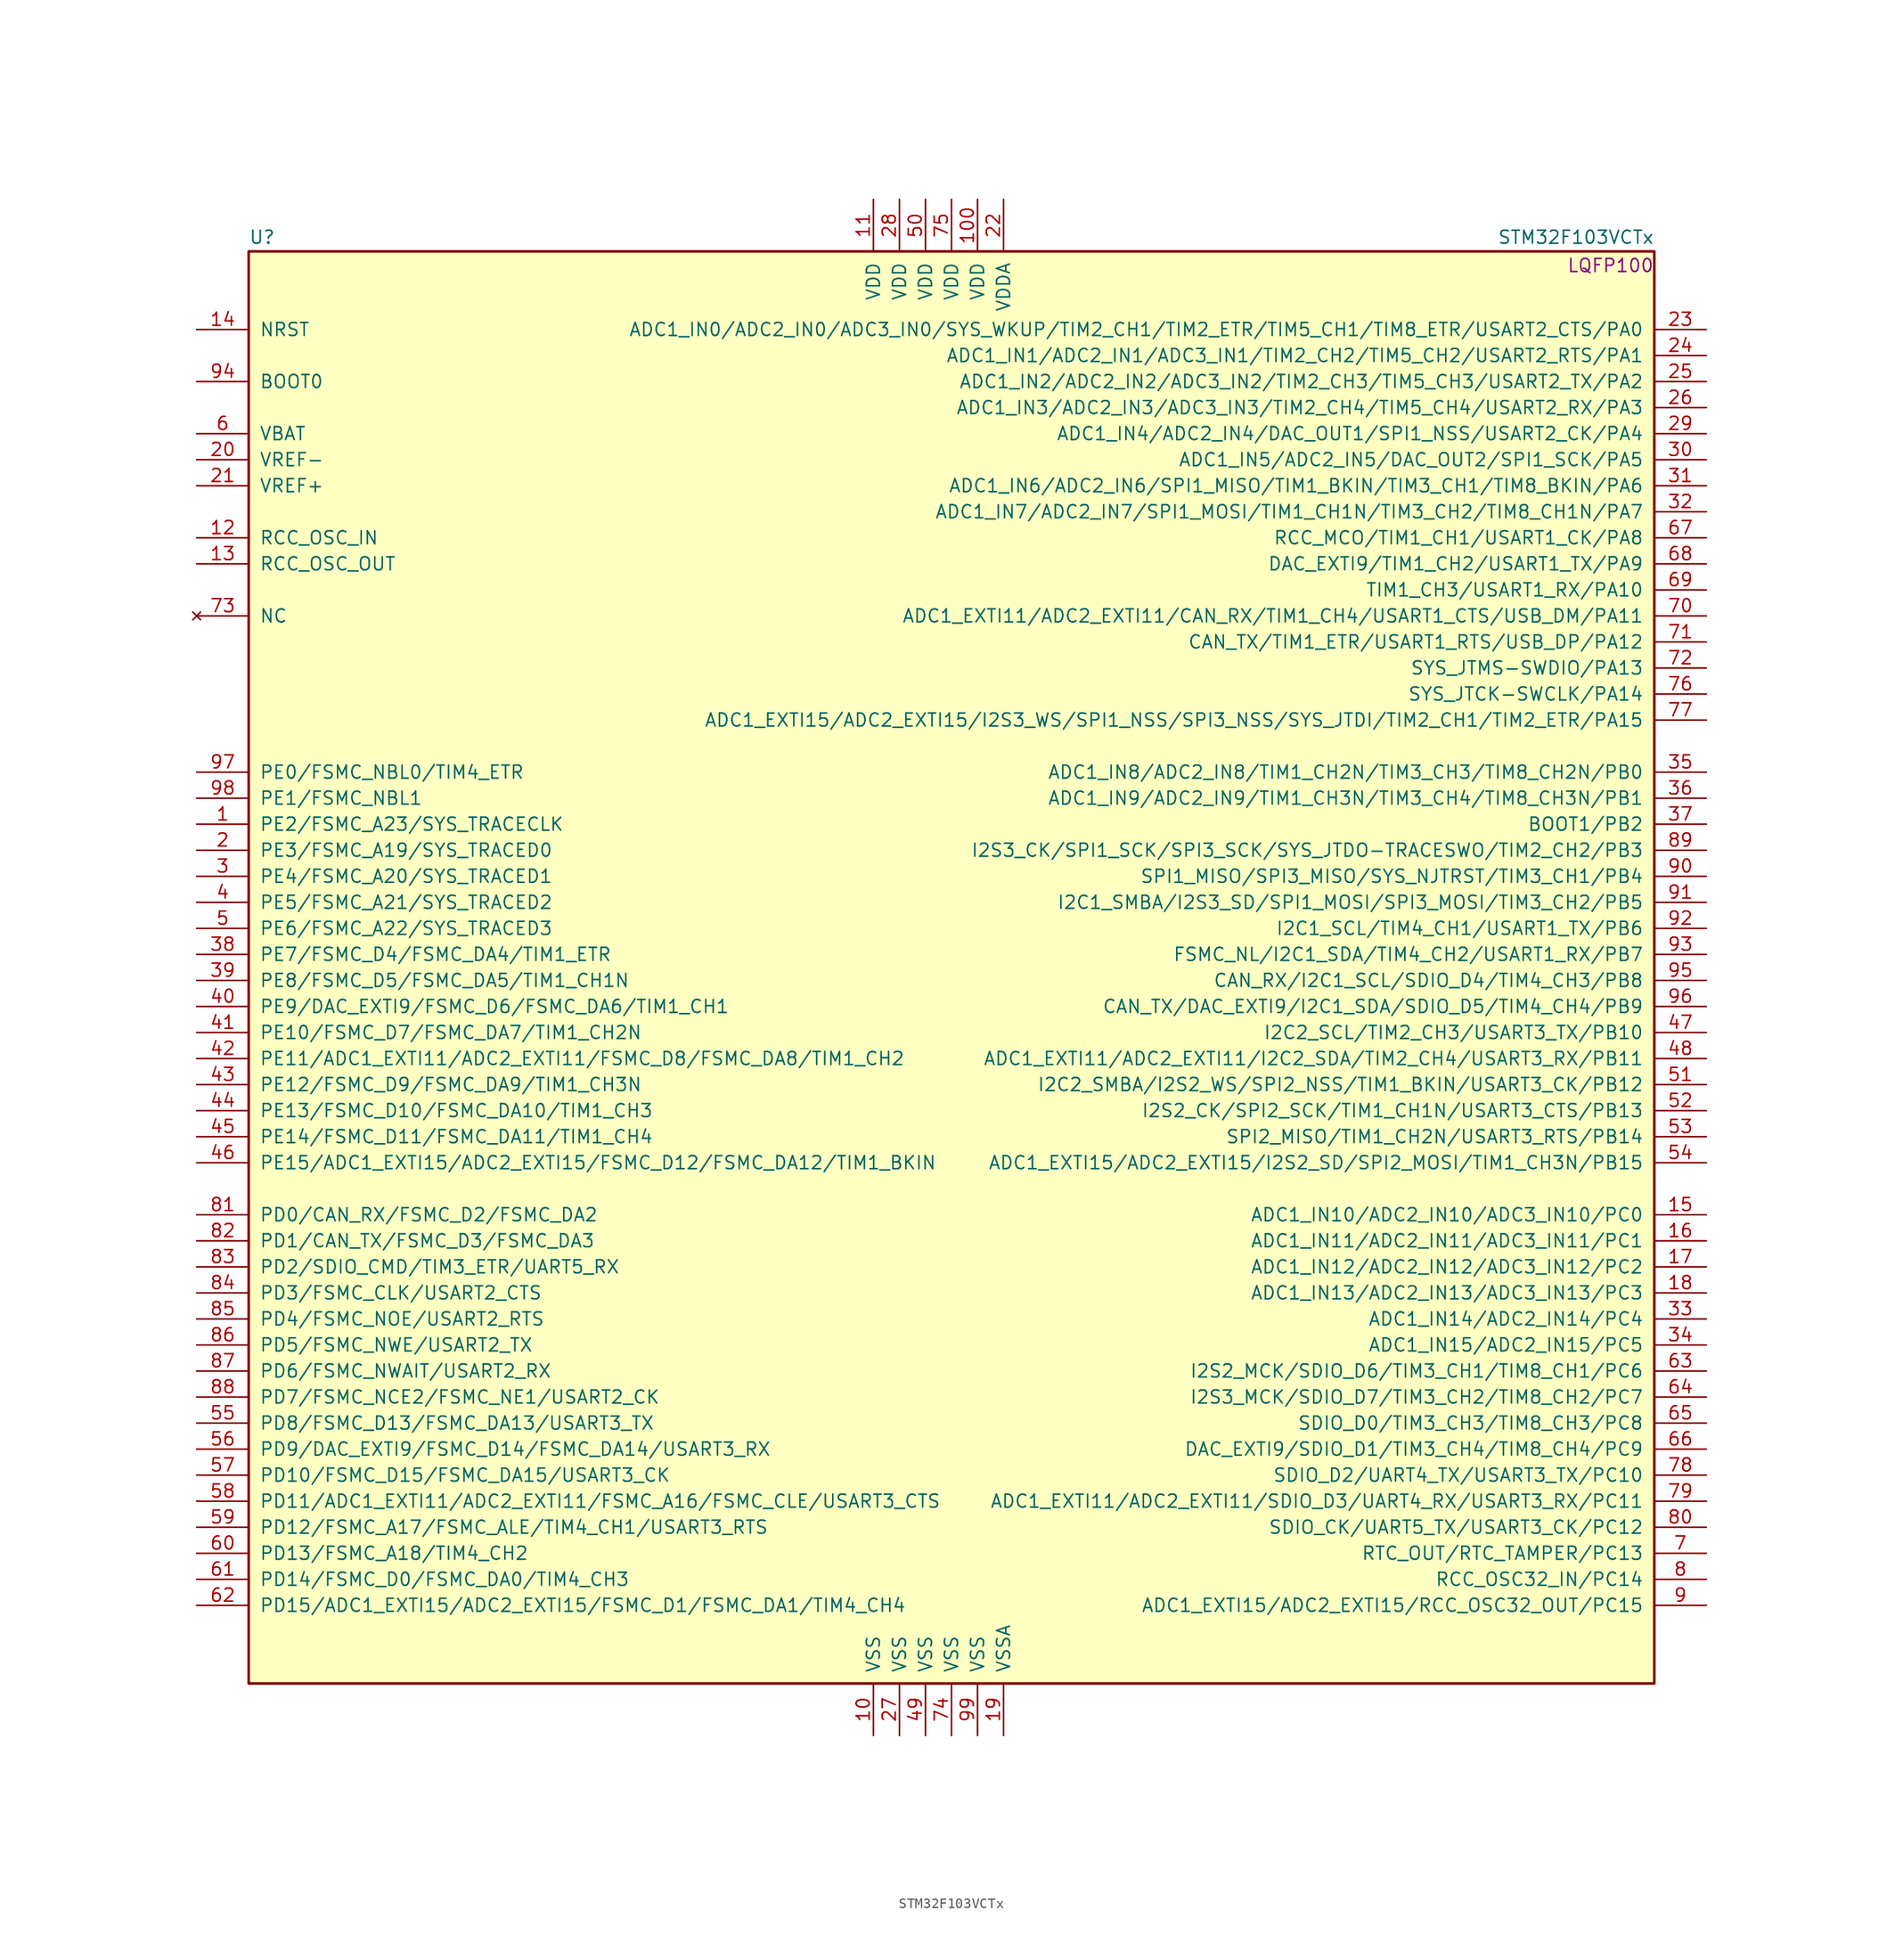
<source format=kicad_sym>
(kicad_symbol_lib
  (version 20211014)
  (generator kicad_symbol_editor)
  (symbol "STM32F103VCTx"
    (pin_names
      (offset 1.016))
    (property "Reference" "U"
      (at -68.58 71.755 0)
      (effects (font (size 1.27 1.27)) (justify left bottom)))
    (property "Value" "STM32F103VCTx"
      (at 68.58 71.755 0)
      (effects (font (size 1.27 1.27)) (justify right bottom)))
    (property "Footprint" "LQFP100"
      (at 68.58 70.485 0)
      (effects (font (size 1.27 1.27)) (justify right top)))
    (property "Datasheet" ""
      (at 0 0 0)
      (effects (font (size 1.27 1.27))))
    (property "ki_locked" ""
      (at 0 0 0)
      (effects (font (size 1.27 1.27))))
    (symbol "STM32F103VCTx_0_1"
      (rectangle (start -68.58 -68.58) (end 68.58 71.12) (stroke (width 0.254) (type default) (color 0 0 0 0)) (fill (type background))))
    (symbol "STM32F103VCTx_1_1"
      (pin bidirectional line (at -73.66 15.24 0) (length 5.08) (name "PE2/FSMC_A23/SYS_TRACECLK" (effects (font (size 1.27 1.27)))) (number "1" (effects (font (size 1.27 1.27)))))
      (pin power_in line (at -7.62 -73.66 90) (length 5.08) (name "VSS" (effects (font (size 1.27 1.27)))) (number "10" (effects (font (size 1.27 1.27)))))
      (pin power_in line (at 2.54 76.2 270) (length 5.08) (name "VDD" (effects (font (size 1.27 1.27)))) (number "100" (effects (font (size 1.27 1.27)))))
      (pin power_in line (at -7.62 76.2 270) (length 5.08) (name "VDD" (effects (font (size 1.27 1.27)))) (number "11" (effects (font (size 1.27 1.27)))))
      (pin input line (at -73.66 43.18 0) (length 5.08) (name "RCC_OSC_IN" (effects (font (size 1.27 1.27)))) (number "12" (effects (font (size 1.27 1.27)))))
      (pin input line (at -73.66 40.64 0) (length 5.08) (name "RCC_OSC_OUT" (effects (font (size 1.27 1.27)))) (number "13" (effects (font (size 1.27 1.27)))))
      (pin input line (at -73.66 63.5 0) (length 5.08) (name "NRST" (effects (font (size 1.27 1.27)))) (number "14" (effects (font (size 1.27 1.27)))))
      (pin bidirectional line (at 73.66 -22.86 180) (length 5.08) (name "ADC1_IN10/ADC2_IN10/ADC3_IN10/PC0" (effects (font (size 1.27 1.27)))) (number "15" (effects (font (size 1.27 1.27)))))
      (pin bidirectional line (at 73.66 -25.4 180) (length 5.08) (name "ADC1_IN11/ADC2_IN11/ADC3_IN11/PC1" (effects (font (size 1.27 1.27)))) (number "16" (effects (font (size 1.27 1.27)))))
      (pin bidirectional line (at 73.66 -27.94 180) (length 5.08) (name "ADC1_IN12/ADC2_IN12/ADC3_IN12/PC2" (effects (font (size 1.27 1.27)))) (number "17" (effects (font (size 1.27 1.27)))))
      (pin bidirectional line (at 73.66 -30.48 180) (length 5.08) (name "ADC1_IN13/ADC2_IN13/ADC3_IN13/PC3" (effects (font (size 1.27 1.27)))) (number "18" (effects (font (size 1.27 1.27)))))
      (pin power_in line (at 5.08 -73.66 90) (length 5.08) (name "VSSA" (effects (font (size 1.27 1.27)))) (number "19" (effects (font (size 1.27 1.27)))))
      (pin bidirectional line (at -73.66 12.7 0) (length 5.08) (name "PE3/FSMC_A19/SYS_TRACED0" (effects (font (size 1.27 1.27)))) (number "2" (effects (font (size 1.27 1.27)))))
      (pin power_in line (at -73.66 50.8 0) (length 5.08) (name "VREF-" (effects (font (size 1.27 1.27)))) (number "20" (effects (font (size 1.27 1.27)))))
      (pin power_in line (at -73.66 48.26 0) (length 5.08) (name "VREF+" (effects (font (size 1.27 1.27)))) (number "21" (effects (font (size 1.27 1.27)))))
      (pin power_in line (at 5.08 76.2 270) (length 5.08) (name "VDDA" (effects (font (size 1.27 1.27)))) (number "22" (effects (font (size 1.27 1.27)))))
      (pin bidirectional line (at 73.66 63.5 180) (length 5.08) (name "ADC1_IN0/ADC2_IN0/ADC3_IN0/SYS_WKUP/TIM2_CH1/TIM2_ETR/TIM5_CH1/TIM8_ETR/USART2_CTS/PA0" (effects (font (size 1.27 1.27)))) (number "23" (effects (font (size 1.27 1.27)))))
      (pin bidirectional line (at 73.66 60.96 180) (length 5.08) (name "ADC1_IN1/ADC2_IN1/ADC3_IN1/TIM2_CH2/TIM5_CH2/USART2_RTS/PA1" (effects (font (size 1.27 1.27)))) (number "24" (effects (font (size 1.27 1.27)))))
      (pin bidirectional line (at 73.66 58.42 180) (length 5.08) (name "ADC1_IN2/ADC2_IN2/ADC3_IN2/TIM2_CH3/TIM5_CH3/USART2_TX/PA2" (effects (font (size 1.27 1.27)))) (number "25" (effects (font (size 1.27 1.27)))))
      (pin bidirectional line (at 73.66 55.88 180) (length 5.08) (name "ADC1_IN3/ADC2_IN3/ADC3_IN3/TIM2_CH4/TIM5_CH4/USART2_RX/PA3" (effects (font (size 1.27 1.27)))) (number "26" (effects (font (size 1.27 1.27)))))
      (pin power_in line (at -5.08 -73.66 90) (length 5.08) (name "VSS" (effects (font (size 1.27 1.27)))) (number "27" (effects (font (size 1.27 1.27)))))
      (pin power_in line (at -5.08 76.2 270) (length 5.08) (name "VDD" (effects (font (size 1.27 1.27)))) (number "28" (effects (font (size 1.27 1.27)))))
      (pin bidirectional line (at 73.66 53.34 180) (length 5.08) (name "ADC1_IN4/ADC2_IN4/DAC_OUT1/SPI1_NSS/USART2_CK/PA4" (effects (font (size 1.27 1.27)))) (number "29" (effects (font (size 1.27 1.27)))))
      (pin bidirectional line (at -73.66 10.16 0) (length 5.08) (name "PE4/FSMC_A20/SYS_TRACED1" (effects (font (size 1.27 1.27)))) (number "3" (effects (font (size 1.27 1.27)))))
      (pin bidirectional line (at 73.66 50.8 180) (length 5.08) (name "ADC1_IN5/ADC2_IN5/DAC_OUT2/SPI1_SCK/PA5" (effects (font (size 1.27 1.27)))) (number "30" (effects (font (size 1.27 1.27)))))
      (pin bidirectional line (at 73.66 48.26 180) (length 5.08) (name "ADC1_IN6/ADC2_IN6/SPI1_MISO/TIM1_BKIN/TIM3_CH1/TIM8_BKIN/PA6" (effects (font (size 1.27 1.27)))) (number "31" (effects (font (size 1.27 1.27)))))
      (pin bidirectional line (at 73.66 45.72 180) (length 5.08) (name "ADC1_IN7/ADC2_IN7/SPI1_MOSI/TIM1_CH1N/TIM3_CH2/TIM8_CH1N/PA7" (effects (font (size 1.27 1.27)))) (number "32" (effects (font (size 1.27 1.27)))))
      (pin bidirectional line (at 73.66 -33.02 180) (length 5.08) (name "ADC1_IN14/ADC2_IN14/PC4" (effects (font (size 1.27 1.27)))) (number "33" (effects (font (size 1.27 1.27)))))
      (pin bidirectional line (at 73.66 -35.56 180) (length 5.08) (name "ADC1_IN15/ADC2_IN15/PC5" (effects (font (size 1.27 1.27)))) (number "34" (effects (font (size 1.27 1.27)))))
      (pin bidirectional line (at 73.66 20.32 180) (length 5.08) (name "ADC1_IN8/ADC2_IN8/TIM1_CH2N/TIM3_CH3/TIM8_CH2N/PB0" (effects (font (size 1.27 1.27)))) (number "35" (effects (font (size 1.27 1.27)))))
      (pin bidirectional line (at 73.66 17.78 180) (length 5.08) (name "ADC1_IN9/ADC2_IN9/TIM1_CH3N/TIM3_CH4/TIM8_CH3N/PB1" (effects (font (size 1.27 1.27)))) (number "36" (effects (font (size 1.27 1.27)))))
      (pin bidirectional line (at 73.66 15.24 180) (length 5.08) (name "BOOT1/PB2" (effects (font (size 1.27 1.27)))) (number "37" (effects (font (size 1.27 1.27)))))
      (pin bidirectional line (at -73.66 2.54 0) (length 5.08) (name "PE7/FSMC_D4/FSMC_DA4/TIM1_ETR" (effects (font (size 1.27 1.27)))) (number "38" (effects (font (size 1.27 1.27)))))
      (pin bidirectional line (at -73.66 0 0) (length 5.08) (name "PE8/FSMC_D5/FSMC_DA5/TIM1_CH1N" (effects (font (size 1.27 1.27)))) (number "39" (effects (font (size 1.27 1.27)))))
      (pin bidirectional line (at -73.66 7.62 0) (length 5.08) (name "PE5/FSMC_A21/SYS_TRACED2" (effects (font (size 1.27 1.27)))) (number "4" (effects (font (size 1.27 1.27)))))
      (pin bidirectional line (at -73.66 -2.54 0) (length 5.08) (name "PE9/DAC_EXTI9/FSMC_D6/FSMC_DA6/TIM1_CH1" (effects (font (size 1.27 1.27)))) (number "40" (effects (font (size 1.27 1.27)))))
      (pin bidirectional line (at -73.66 -5.08 0) (length 5.08) (name "PE10/FSMC_D7/FSMC_DA7/TIM1_CH2N" (effects (font (size 1.27 1.27)))) (number "41" (effects (font (size 1.27 1.27)))))
      (pin bidirectional line (at -73.66 -7.62 0) (length 5.08) (name "PE11/ADC1_EXTI11/ADC2_EXTI11/FSMC_D8/FSMC_DA8/TIM1_CH2" (effects (font (size 1.27 1.27)))) (number "42" (effects (font (size 1.27 1.27)))))
      (pin bidirectional line (at -73.66 -10.16 0) (length 5.08) (name "PE12/FSMC_D9/FSMC_DA9/TIM1_CH3N" (effects (font (size 1.27 1.27)))) (number "43" (effects (font (size 1.27 1.27)))))
      (pin bidirectional line (at -73.66 -12.7 0) (length 5.08) (name "PE13/FSMC_D10/FSMC_DA10/TIM1_CH3" (effects (font (size 1.27 1.27)))) (number "44" (effects (font (size 1.27 1.27)))))
      (pin bidirectional line (at -73.66 -15.24 0) (length 5.08) (name "PE14/FSMC_D11/FSMC_DA11/TIM1_CH4" (effects (font (size 1.27 1.27)))) (number "45" (effects (font (size 1.27 1.27)))))
      (pin bidirectional line (at -73.66 -17.78 0) (length 5.08) (name "PE15/ADC1_EXTI15/ADC2_EXTI15/FSMC_D12/FSMC_DA12/TIM1_BKIN" (effects (font (size 1.27 1.27)))) (number "46" (effects (font (size 1.27 1.27)))))
      (pin bidirectional line (at 73.66 -5.08 180) (length 5.08) (name "I2C2_SCL/TIM2_CH3/USART3_TX/PB10" (effects (font (size 1.27 1.27)))) (number "47" (effects (font (size 1.27 1.27)))))
      (pin bidirectional line (at 73.66 -7.62 180) (length 5.08) (name "ADC1_EXTI11/ADC2_EXTI11/I2C2_SDA/TIM2_CH4/USART3_RX/PB11" (effects (font (size 1.27 1.27)))) (number "48" (effects (font (size 1.27 1.27)))))
      (pin power_in line (at -2.54 -73.66 90) (length 5.08) (name "VSS" (effects (font (size 1.27 1.27)))) (number "49" (effects (font (size 1.27 1.27)))))
      (pin bidirectional line (at -73.66 5.08 0) (length 5.08) (name "PE6/FSMC_A22/SYS_TRACED3" (effects (font (size 1.27 1.27)))) (number "5" (effects (font (size 1.27 1.27)))))
      (pin power_in line (at -2.54 76.2 270) (length 5.08) (name "VDD" (effects (font (size 1.27 1.27)))) (number "50" (effects (font (size 1.27 1.27)))))
      (pin bidirectional line (at 73.66 -10.16 180) (length 5.08) (name "I2C2_SMBA/I2S2_WS/SPI2_NSS/TIM1_BKIN/USART3_CK/PB12" (effects (font (size 1.27 1.27)))) (number "51" (effects (font (size 1.27 1.27)))))
      (pin bidirectional line (at 73.66 -12.7 180) (length 5.08) (name "I2S2_CK/SPI2_SCK/TIM1_CH1N/USART3_CTS/PB13" (effects (font (size 1.27 1.27)))) (number "52" (effects (font (size 1.27 1.27)))))
      (pin bidirectional line (at 73.66 -15.24 180) (length 5.08) (name "SPI2_MISO/TIM1_CH2N/USART3_RTS/PB14" (effects (font (size 1.27 1.27)))) (number "53" (effects (font (size 1.27 1.27)))))
      (pin bidirectional line (at 73.66 -17.78 180) (length 5.08) (name "ADC1_EXTI15/ADC2_EXTI15/I2S2_SD/SPI2_MOSI/TIM1_CH3N/PB15" (effects (font (size 1.27 1.27)))) (number "54" (effects (font (size 1.27 1.27)))))
      (pin bidirectional line (at -73.66 -43.18 0) (length 5.08) (name "PD8/FSMC_D13/FSMC_DA13/USART3_TX" (effects (font (size 1.27 1.27)))) (number "55" (effects (font (size 1.27 1.27)))))
      (pin bidirectional line (at -73.66 -45.72 0) (length 5.08) (name "PD9/DAC_EXTI9/FSMC_D14/FSMC_DA14/USART3_RX" (effects (font (size 1.27 1.27)))) (number "56" (effects (font (size 1.27 1.27)))))
      (pin bidirectional line (at -73.66 -48.26 0) (length 5.08) (name "PD10/FSMC_D15/FSMC_DA15/USART3_CK" (effects (font (size 1.27 1.27)))) (number "57" (effects (font (size 1.27 1.27)))))
      (pin bidirectional line (at -73.66 -50.8 0) (length 5.08) (name "PD11/ADC1_EXTI11/ADC2_EXTI11/FSMC_A16/FSMC_CLE/USART3_CTS" (effects (font (size 1.27 1.27)))) (number "58" (effects (font (size 1.27 1.27)))))
      (pin bidirectional line (at -73.66 -53.34 0) (length 5.08) (name "PD12/FSMC_A17/FSMC_ALE/TIM4_CH1/USART3_RTS" (effects (font (size 1.27 1.27)))) (number "59" (effects (font (size 1.27 1.27)))))
      (pin power_in line (at -73.66 53.34 0) (length 5.08) (name "VBAT" (effects (font (size 1.27 1.27)))) (number "6" (effects (font (size 1.27 1.27)))))
      (pin bidirectional line (at -73.66 -55.88 0) (length 5.08) (name "PD13/FSMC_A18/TIM4_CH2" (effects (font (size 1.27 1.27)))) (number "60" (effects (font (size 1.27 1.27)))))
      (pin bidirectional line (at -73.66 -58.42 0) (length 5.08) (name "PD14/FSMC_D0/FSMC_DA0/TIM4_CH3" (effects (font (size 1.27 1.27)))) (number "61" (effects (font (size 1.27 1.27)))))
      (pin bidirectional line (at -73.66 -60.96 0) (length 5.08) (name "PD15/ADC1_EXTI15/ADC2_EXTI15/FSMC_D1/FSMC_DA1/TIM4_CH4" (effects (font (size 1.27 1.27)))) (number "62" (effects (font (size 1.27 1.27)))))
      (pin bidirectional line (at 73.66 -38.1 180) (length 5.08) (name "I2S2_MCK/SDIO_D6/TIM3_CH1/TIM8_CH1/PC6" (effects (font (size 1.27 1.27)))) (number "63" (effects (font (size 1.27 1.27)))))
      (pin bidirectional line (at 73.66 -40.64 180) (length 5.08) (name "I2S3_MCK/SDIO_D7/TIM3_CH2/TIM8_CH2/PC7" (effects (font (size 1.27 1.27)))) (number "64" (effects (font (size 1.27 1.27)))))
      (pin bidirectional line (at 73.66 -43.18 180) (length 5.08) (name "SDIO_D0/TIM3_CH3/TIM8_CH3/PC8" (effects (font (size 1.27 1.27)))) (number "65" (effects (font (size 1.27 1.27)))))
      (pin bidirectional line (at 73.66 -45.72 180) (length 5.08) (name "DAC_EXTI9/SDIO_D1/TIM3_CH4/TIM8_CH4/PC9" (effects (font (size 1.27 1.27)))) (number "66" (effects (font (size 1.27 1.27)))))
      (pin bidirectional line (at 73.66 43.18 180) (length 5.08) (name "RCC_MCO/TIM1_CH1/USART1_CK/PA8" (effects (font (size 1.27 1.27)))) (number "67" (effects (font (size 1.27 1.27)))))
      (pin bidirectional line (at 73.66 40.64 180) (length 5.08) (name "DAC_EXTI9/TIM1_CH2/USART1_TX/PA9" (effects (font (size 1.27 1.27)))) (number "68" (effects (font (size 1.27 1.27)))))
      (pin bidirectional line (at 73.66 38.1 180) (length 5.08) (name "TIM1_CH3/USART1_RX/PA10" (effects (font (size 1.27 1.27)))) (number "69" (effects (font (size 1.27 1.27)))))
      (pin bidirectional line (at 73.66 -55.88 180) (length 5.08) (name "RTC_OUT/RTC_TAMPER/PC13" (effects (font (size 1.27 1.27)))) (number "7" (effects (font (size 1.27 1.27)))))
      (pin bidirectional line (at 73.66 35.56 180) (length 5.08) (name "ADC1_EXTI11/ADC2_EXTI11/CAN_RX/TIM1_CH4/USART1_CTS/USB_DM/PA11" (effects (font (size 1.27 1.27)))) (number "70" (effects (font (size 1.27 1.27)))))
      (pin bidirectional line (at 73.66 33.02 180) (length 5.08) (name "CAN_TX/TIM1_ETR/USART1_RTS/USB_DP/PA12" (effects (font (size 1.27 1.27)))) (number "71" (effects (font (size 1.27 1.27)))))
      (pin bidirectional line (at 73.66 30.48 180) (length 5.08) (name "SYS_JTMS-SWDIO/PA13" (effects (font (size 1.27 1.27)))) (number "72" (effects (font (size 1.27 1.27)))))
      (pin no_connect line (at -73.66 35.56 0) (length 5.08) (name "NC" (effects (font (size 1.27 1.27)))) (number "73" (effects (font (size 1.27 1.27)))))
      (pin power_in line (at 0 -73.66 90) (length 5.08) (name "VSS" (effects (font (size 1.27 1.27)))) (number "74" (effects (font (size 1.27 1.27)))))
      (pin power_in line (at 0 76.2 270) (length 5.08) (name "VDD" (effects (font (size 1.27 1.27)))) (number "75" (effects (font (size 1.27 1.27)))))
      (pin bidirectional line (at 73.66 27.94 180) (length 5.08) (name "SYS_JTCK-SWCLK/PA14" (effects (font (size 1.27 1.27)))) (number "76" (effects (font (size 1.27 1.27)))))
      (pin bidirectional line (at 73.66 25.4 180) (length 5.08) (name "ADC1_EXTI15/ADC2_EXTI15/I2S3_WS/SPI1_NSS/SPI3_NSS/SYS_JTDI/TIM2_CH1/TIM2_ETR/PA15" (effects (font (size 1.27 1.27)))) (number "77" (effects (font (size 1.27 1.27)))))
      (pin bidirectional line (at 73.66 -48.26 180) (length 5.08) (name "SDIO_D2/UART4_TX/USART3_TX/PC10" (effects (font (size 1.27 1.27)))) (number "78" (effects (font (size 1.27 1.27)))))
      (pin bidirectional line (at 73.66 -50.8 180) (length 5.08) (name "ADC1_EXTI11/ADC2_EXTI11/SDIO_D3/UART4_RX/USART3_RX/PC11" (effects (font (size 1.27 1.27)))) (number "79" (effects (font (size 1.27 1.27)))))
      (pin bidirectional line (at 73.66 -58.42 180) (length 5.08) (name "RCC_OSC32_IN/PC14" (effects (font (size 1.27 1.27)))) (number "8" (effects (font (size 1.27 1.27)))))
      (pin bidirectional line (at 73.66 -53.34 180) (length 5.08) (name "SDIO_CK/UART5_TX/USART3_CK/PC12" (effects (font (size 1.27 1.27)))) (number "80" (effects (font (size 1.27 1.27)))))
      (pin bidirectional line (at -73.66 -22.86 0) (length 5.08) (name "PD0/CAN_RX/FSMC_D2/FSMC_DA2" (effects (font (size 1.27 1.27)))) (number "81" (effects (font (size 1.27 1.27)))))
      (pin bidirectional line (at -73.66 -25.4 0) (length 5.08) (name "PD1/CAN_TX/FSMC_D3/FSMC_DA3" (effects (font (size 1.27 1.27)))) (number "82" (effects (font (size 1.27 1.27)))))
      (pin bidirectional line (at -73.66 -27.94 0) (length 5.08) (name "PD2/SDIO_CMD/TIM3_ETR/UART5_RX" (effects (font (size 1.27 1.27)))) (number "83" (effects (font (size 1.27 1.27)))))
      (pin bidirectional line (at -73.66 -30.48 0) (length 5.08) (name "PD3/FSMC_CLK/USART2_CTS" (effects (font (size 1.27 1.27)))) (number "84" (effects (font (size 1.27 1.27)))))
      (pin bidirectional line (at -73.66 -33.02 0) (length 5.08) (name "PD4/FSMC_NOE/USART2_RTS" (effects (font (size 1.27 1.27)))) (number "85" (effects (font (size 1.27 1.27)))))
      (pin bidirectional line (at -73.66 -35.56 0) (length 5.08) (name "PD5/FSMC_NWE/USART2_TX" (effects (font (size 1.27 1.27)))) (number "86" (effects (font (size 1.27 1.27)))))
      (pin bidirectional line (at -73.66 -38.1 0) (length 5.08) (name "PD6/FSMC_NWAIT/USART2_RX" (effects (font (size 1.27 1.27)))) (number "87" (effects (font (size 1.27 1.27)))))
      (pin bidirectional line (at -73.66 -40.64 0) (length 5.08) (name "PD7/FSMC_NCE2/FSMC_NE1/USART2_CK" (effects (font (size 1.27 1.27)))) (number "88" (effects (font (size 1.27 1.27)))))
      (pin bidirectional line (at 73.66 12.7 180) (length 5.08) (name "I2S3_CK/SPI1_SCK/SPI3_SCK/SYS_JTDO-TRACESWO/TIM2_CH2/PB3" (effects (font (size 1.27 1.27)))) (number "89" (effects (font (size 1.27 1.27)))))
      (pin bidirectional line (at 73.66 -60.96 180) (length 5.08) (name "ADC1_EXTI15/ADC2_EXTI15/RCC_OSC32_OUT/PC15" (effects (font (size 1.27 1.27)))) (number "9" (effects (font (size 1.27 1.27)))))
      (pin bidirectional line (at 73.66 10.16 180) (length 5.08) (name "SPI1_MISO/SPI3_MISO/SYS_NJTRST/TIM3_CH1/PB4" (effects (font (size 1.27 1.27)))) (number "90" (effects (font (size 1.27 1.27)))))
      (pin bidirectional line (at 73.66 7.62 180) (length 5.08) (name "I2C1_SMBA/I2S3_SD/SPI1_MOSI/SPI3_MOSI/TIM3_CH2/PB5" (effects (font (size 1.27 1.27)))) (number "91" (effects (font (size 1.27 1.27)))))
      (pin bidirectional line (at 73.66 5.08 180) (length 5.08) (name "I2C1_SCL/TIM4_CH1/USART1_TX/PB6" (effects (font (size 1.27 1.27)))) (number "92" (effects (font (size 1.27 1.27)))))
      (pin bidirectional line (at 73.66 2.54 180) (length 5.08) (name "FSMC_NL/I2C1_SDA/TIM4_CH2/USART1_RX/PB7" (effects (font (size 1.27 1.27)))) (number "93" (effects (font (size 1.27 1.27)))))
      (pin input line (at -73.66 58.42 0) (length 5.08) (name "BOOT0" (effects (font (size 1.27 1.27)))) (number "94" (effects (font (size 1.27 1.27)))))
      (pin bidirectional line (at 73.66 0 180) (length 5.08) (name "CAN_RX/I2C1_SCL/SDIO_D4/TIM4_CH3/PB8" (effects (font (size 1.27 1.27)))) (number "95" (effects (font (size 1.27 1.27)))))
      (pin bidirectional line (at 73.66 -2.54 180) (length 5.08) (name "CAN_TX/DAC_EXTI9/I2C1_SDA/SDIO_D5/TIM4_CH4/PB9" (effects (font (size 1.27 1.27)))) (number "96" (effects (font (size 1.27 1.27)))))
      (pin bidirectional line (at -73.66 20.32 0) (length 5.08) (name "PE0/FSMC_NBL0/TIM4_ETR" (effects (font (size 1.27 1.27)))) (number "97" (effects (font (size 1.27 1.27)))))
      (pin bidirectional line (at -73.66 17.78 0) (length 5.08) (name "PE1/FSMC_NBL1" (effects (font (size 1.27 1.27)))) (number "98" (effects (font (size 1.27 1.27)))))
      (pin power_in line (at 2.54 -73.66 90) (length 5.08) (name "VSS" (effects (font (size 1.27 1.27)))) (number "99" (effects (font (size 1.27 1.27))))))))
</source>
